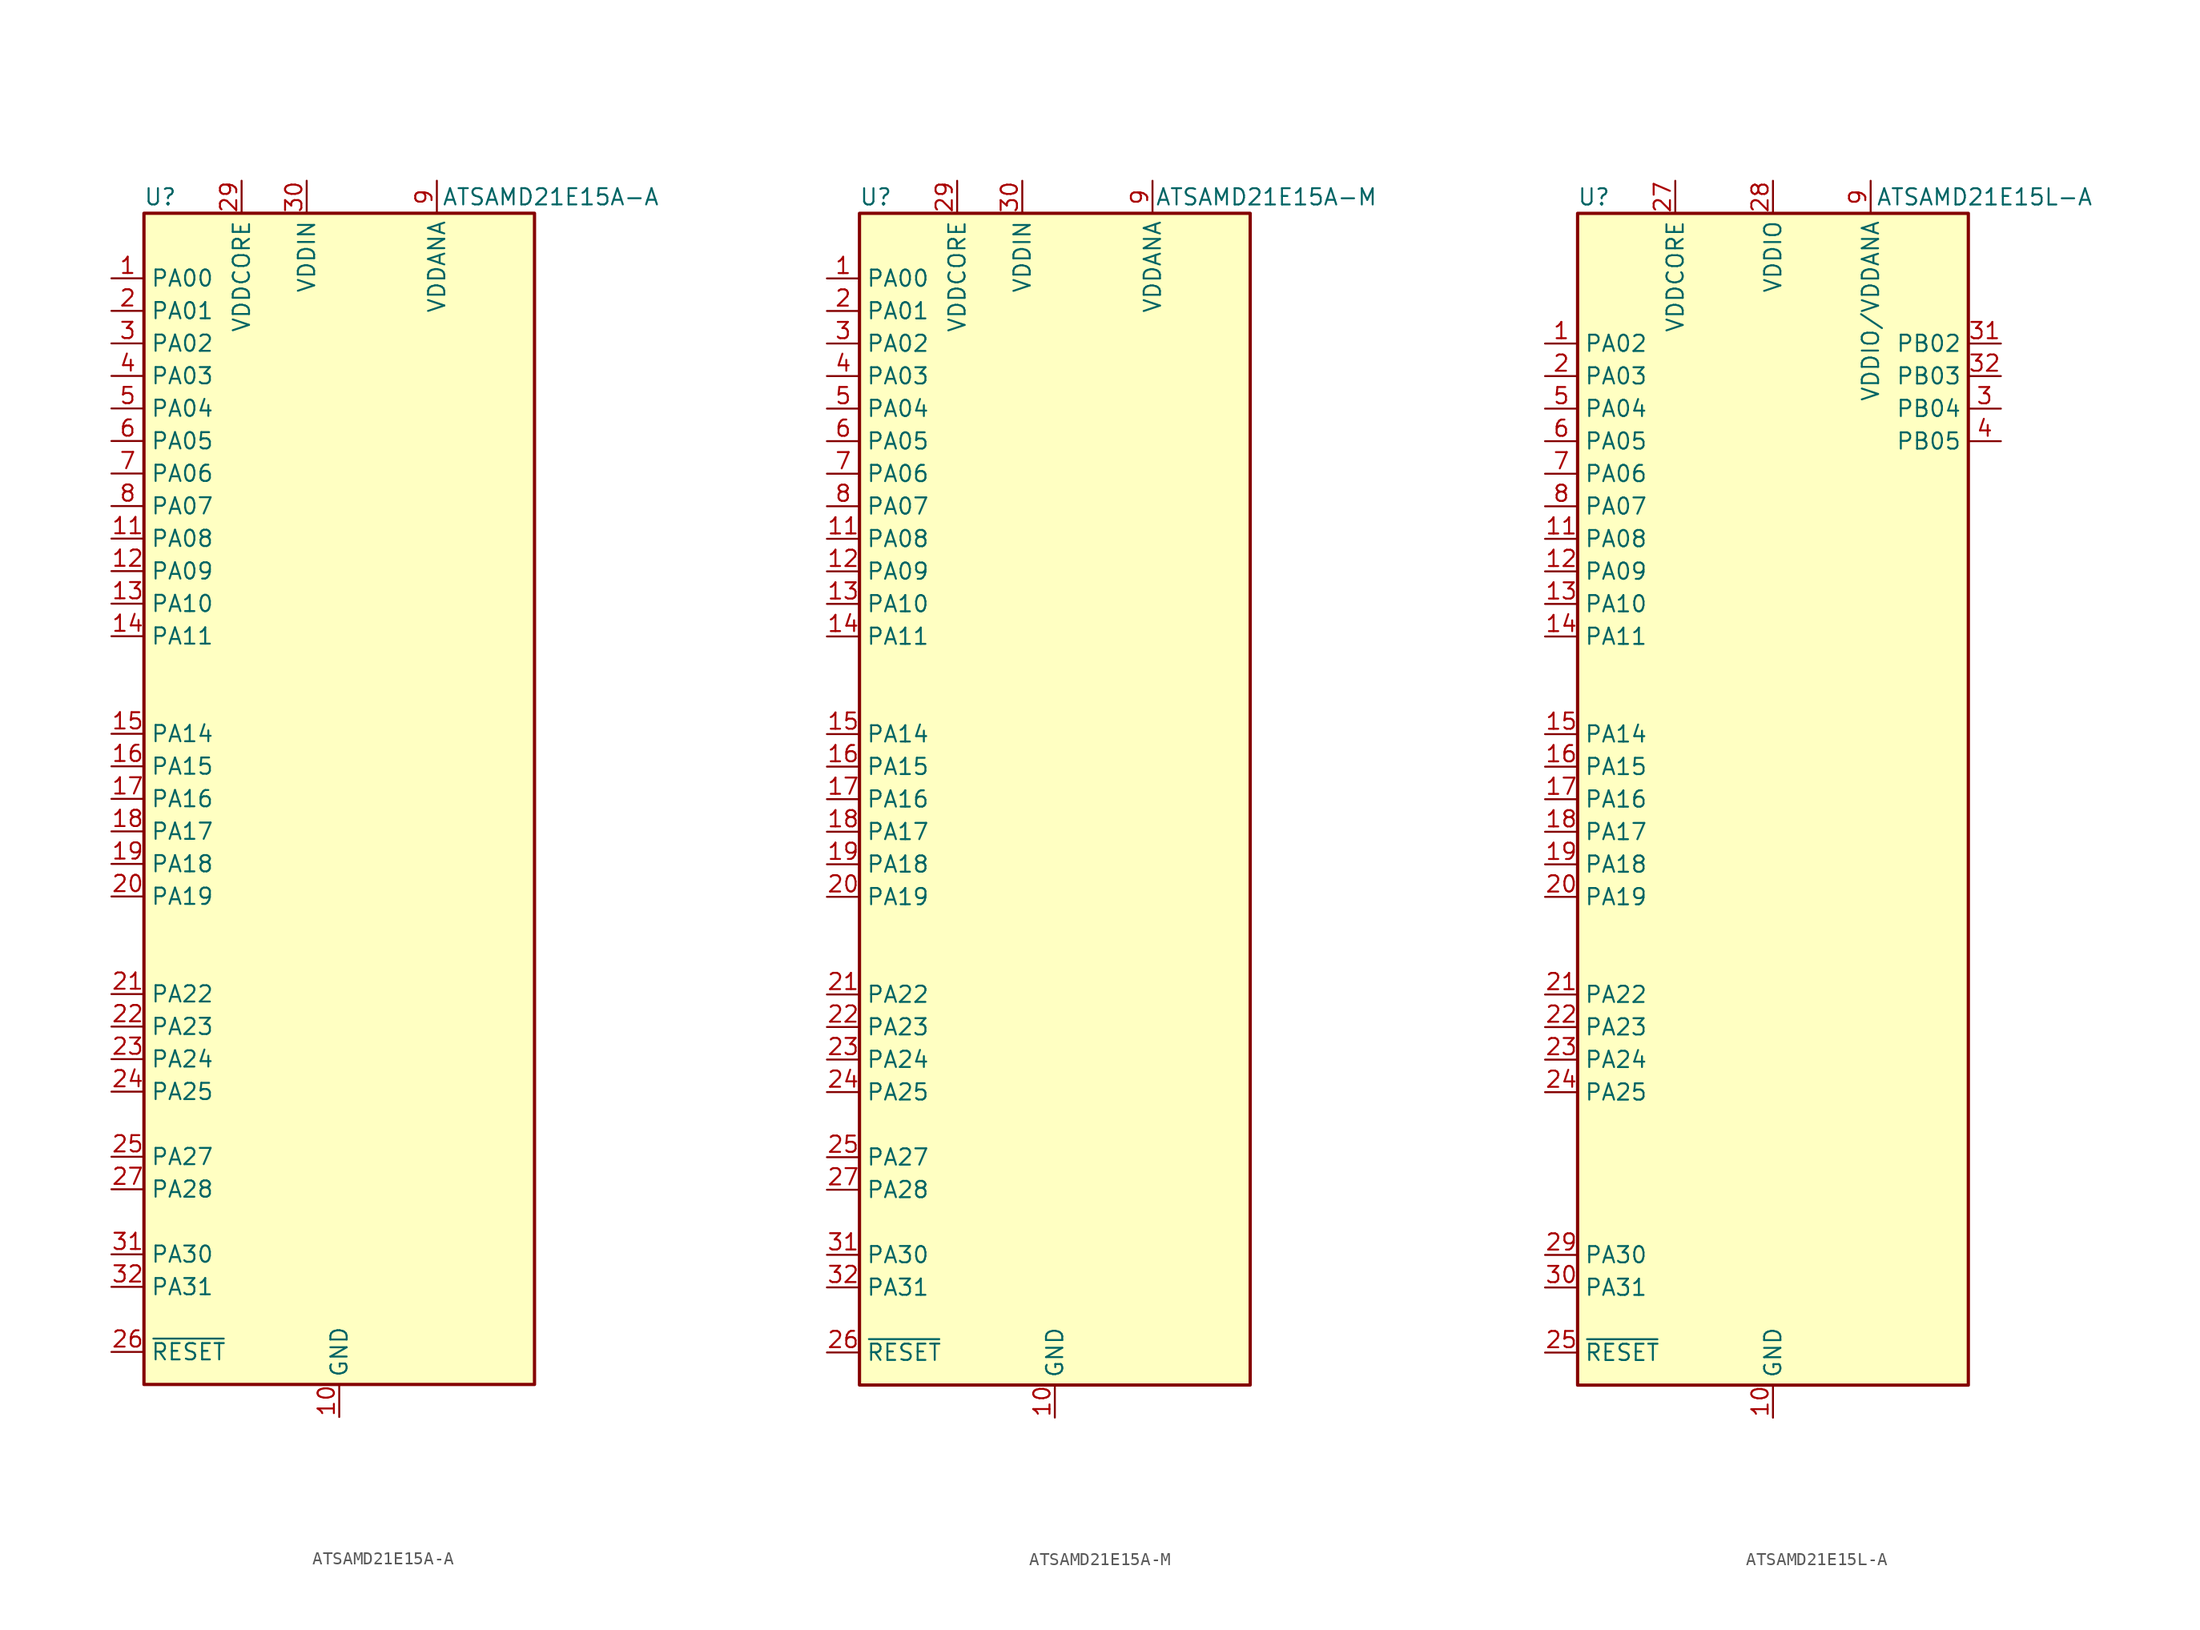
<source format=kicad_sym>
(kicad_symbol_lib
  (version 20211014)
  (generator kicad_symbol_editor)
  (symbol "ATSAMD21E15A-A"
    (property "Reference" "U"
      (at -13.97 46.99 0)
      (effects (font (size 1.27 1.27))))
    (property "Value" "ATSAMD21E15A-A"
      (at 16.51 46.99 0)
      (effects (font (size 1.27 1.27))))
    (symbol "ATSAMD21E15A-A_1_1"
      (rectangle (start -15.24 45.72) (end 15.24 -45.72) (stroke (width 0.254) (type default) (color 0 0 0 0)) (fill (type background)))
      (pin bidirectional line (at -17.78 40.64 0) (length 2.54) (name "PA00" (effects (font (size 1.27 1.27)))) (number "1" (effects (font (size 1.27 1.27)))))
      (pin power_in line (at 0 -48.26 90) (length 2.54) (name "GND" (effects (font (size 1.27 1.27)))) (number "10" (effects (font (size 1.27 1.27)))))
      (pin bidirectional line (at -17.78 20.32 0) (length 2.54) (name "PA08" (effects (font (size 1.27 1.27)))) (number "11" (effects (font (size 1.27 1.27)))))
      (pin bidirectional line (at -17.78 17.78 0) (length 2.54) (name "PA09" (effects (font (size 1.27 1.27)))) (number "12" (effects (font (size 1.27 1.27)))))
      (pin bidirectional line (at -17.78 15.24 0) (length 2.54) (name "PA10" (effects (font (size 1.27 1.27)))) (number "13" (effects (font (size 1.27 1.27)))))
      (pin bidirectional line (at -17.78 12.7 0) (length 2.54) (name "PA11" (effects (font (size 1.27 1.27)))) (number "14" (effects (font (size 1.27 1.27)))))
      (pin bidirectional line (at -17.78 5.08 0) (length 2.54) (name "PA14" (effects (font (size 1.27 1.27)))) (number "15" (effects (font (size 1.27 1.27)))))
      (pin bidirectional line (at -17.78 2.54 0) (length 2.54) (name "PA15" (effects (font (size 1.27 1.27)))) (number "16" (effects (font (size 1.27 1.27)))))
      (pin bidirectional line (at -17.78 0 0) (length 2.54) (name "PA16" (effects (font (size 1.27 1.27)))) (number "17" (effects (font (size 1.27 1.27)))))
      (pin bidirectional line (at -17.78 -2.54 0) (length 2.54) (name "PA17" (effects (font (size 1.27 1.27)))) (number "18" (effects (font (size 1.27 1.27)))))
      (pin bidirectional line (at -17.78 -5.08 0) (length 2.54) (name "PA18" (effects (font (size 1.27 1.27)))) (number "19" (effects (font (size 1.27 1.27)))))
      (pin bidirectional line (at -17.78 38.1 0) (length 2.54) (name "PA01" (effects (font (size 1.27 1.27)))) (number "2" (effects (font (size 1.27 1.27)))))
      (pin bidirectional line (at -17.78 -7.62 0) (length 2.54) (name "PA19" (effects (font (size 1.27 1.27)))) (number "20" (effects (font (size 1.27 1.27)))))
      (pin bidirectional line (at -17.78 -15.24 0) (length 2.54) (name "PA22" (effects (font (size 1.27 1.27)))) (number "21" (effects (font (size 1.27 1.27)))))
      (pin bidirectional line (at -17.78 -17.78 0) (length 2.54) (name "PA23" (effects (font (size 1.27 1.27)))) (number "22" (effects (font (size 1.27 1.27)))))
      (pin bidirectional line (at -17.78 -20.32 0) (length 2.54) (name "PA24" (effects (font (size 1.27 1.27)))) (number "23" (effects (font (size 1.27 1.27)))))
      (pin bidirectional line (at -17.78 -22.86 0) (length 2.54) (name "PA25" (effects (font (size 1.27 1.27)))) (number "24" (effects (font (size 1.27 1.27)))))
      (pin bidirectional line (at -17.78 -27.94 0) (length 2.54) (name "PA27" (effects (font (size 1.27 1.27)))) (number "25" (effects (font (size 1.27 1.27)))))
      (pin input line (at -17.78 -43.18 0) (length 2.54) (name "~{RESET}" (effects (font (size 1.27 1.27)))) (number "26" (effects (font (size 1.27 1.27)))))
      (pin bidirectional line (at -17.78 -30.48 0) (length 2.54) (name "PA28" (effects (font (size 1.27 1.27)))) (number "27" (effects (font (size 1.27 1.27)))))
      (pin passive line (at 0 -48.26 90) (length 2.54) hide (name "GND" (effects (font (size 1.27 1.27)))) (number "28" (effects (font (size 1.27 1.27)))))
      (pin power_out line (at -7.62 48.26 270) (length 2.54) (name "VDDCORE" (effects (font (size 1.27 1.27)))) (number "29" (effects (font (size 1.27 1.27)))))
      (pin bidirectional line (at -17.78 35.56 0) (length 2.54) (name "PA02" (effects (font (size 1.27 1.27)))) (number "3" (effects (font (size 1.27 1.27)))))
      (pin power_in line (at -2.54 48.26 270) (length 2.54) (name "VDDIN" (effects (font (size 1.27 1.27)))) (number "30" (effects (font (size 1.27 1.27)))))
      (pin bidirectional line (at -17.78 -35.56 0) (length 2.54) (name "PA30" (effects (font (size 1.27 1.27)))) (number "31" (effects (font (size 1.27 1.27)))))
      (pin bidirectional line (at -17.78 -38.1 0) (length 2.54) (name "PA31" (effects (font (size 1.27 1.27)))) (number "32" (effects (font (size 1.27 1.27)))))
      (pin bidirectional line (at -17.78 33.02 0) (length 2.54) (name "PA03" (effects (font (size 1.27 1.27)))) (number "4" (effects (font (size 1.27 1.27)))))
      (pin bidirectional line (at -17.78 30.48 0) (length 2.54) (name "PA04" (effects (font (size 1.27 1.27)))) (number "5" (effects (font (size 1.27 1.27)))))
      (pin bidirectional line (at -17.78 27.94 0) (length 2.54) (name "PA05" (effects (font (size 1.27 1.27)))) (number "6" (effects (font (size 1.27 1.27)))))
      (pin bidirectional line (at -17.78 25.4 0) (length 2.54) (name "PA06" (effects (font (size 1.27 1.27)))) (number "7" (effects (font (size 1.27 1.27)))))
      (pin bidirectional line (at -17.78 22.86 0) (length 2.54) (name "PA07" (effects (font (size 1.27 1.27)))) (number "8" (effects (font (size 1.27 1.27)))))
      (pin power_in line (at 7.62 48.26 270) (length 2.54) (name "VDDANA" (effects (font (size 1.27 1.27)))) (number "9" (effects (font (size 1.27 1.27)))))))
  (symbol "ATSAMD21E15A-M"
    (property "Reference" "U"
      (at -13.97 46.99 0)
      (effects (font (size 1.27 1.27))))
    (property "Value" "ATSAMD21E15A-M"
      (at 16.51 46.99 0)
      (effects (font (size 1.27 1.27))))
    (symbol "ATSAMD21E15A-M_1_1"
      (rectangle (start -15.24 45.72) (end 15.24 -45.72) (stroke (width 0.254) (type default) (color 0 0 0 0)) (fill (type background)))
      (pin bidirectional line (at -17.78 40.64 0) (length 2.54) (name "PA00" (effects (font (size 1.27 1.27)))) (number "1" (effects (font (size 1.27 1.27)))))
      (pin power_in line (at 0 -48.26 90) (length 2.54) (name "GND" (effects (font (size 1.27 1.27)))) (number "10" (effects (font (size 1.27 1.27)))))
      (pin bidirectional line (at -17.78 20.32 0) (length 2.54) (name "PA08" (effects (font (size 1.27 1.27)))) (number "11" (effects (font (size 1.27 1.27)))))
      (pin bidirectional line (at -17.78 17.78 0) (length 2.54) (name "PA09" (effects (font (size 1.27 1.27)))) (number "12" (effects (font (size 1.27 1.27)))))
      (pin bidirectional line (at -17.78 15.24 0) (length 2.54) (name "PA10" (effects (font (size 1.27 1.27)))) (number "13" (effects (font (size 1.27 1.27)))))
      (pin bidirectional line (at -17.78 12.7 0) (length 2.54) (name "PA11" (effects (font (size 1.27 1.27)))) (number "14" (effects (font (size 1.27 1.27)))))
      (pin bidirectional line (at -17.78 5.08 0) (length 2.54) (name "PA14" (effects (font (size 1.27 1.27)))) (number "15" (effects (font (size 1.27 1.27)))))
      (pin bidirectional line (at -17.78 2.54 0) (length 2.54) (name "PA15" (effects (font (size 1.27 1.27)))) (number "16" (effects (font (size 1.27 1.27)))))
      (pin bidirectional line (at -17.78 0 0) (length 2.54) (name "PA16" (effects (font (size 1.27 1.27)))) (number "17" (effects (font (size 1.27 1.27)))))
      (pin bidirectional line (at -17.78 -2.54 0) (length 2.54) (name "PA17" (effects (font (size 1.27 1.27)))) (number "18" (effects (font (size 1.27 1.27)))))
      (pin bidirectional line (at -17.78 -5.08 0) (length 2.54) (name "PA18" (effects (font (size 1.27 1.27)))) (number "19" (effects (font (size 1.27 1.27)))))
      (pin bidirectional line (at -17.78 38.1 0) (length 2.54) (name "PA01" (effects (font (size 1.27 1.27)))) (number "2" (effects (font (size 1.27 1.27)))))
      (pin bidirectional line (at -17.78 -7.62 0) (length 2.54) (name "PA19" (effects (font (size 1.27 1.27)))) (number "20" (effects (font (size 1.27 1.27)))))
      (pin bidirectional line (at -17.78 -15.24 0) (length 2.54) (name "PA22" (effects (font (size 1.27 1.27)))) (number "21" (effects (font (size 1.27 1.27)))))
      (pin bidirectional line (at -17.78 -17.78 0) (length 2.54) (name "PA23" (effects (font (size 1.27 1.27)))) (number "22" (effects (font (size 1.27 1.27)))))
      (pin bidirectional line (at -17.78 -20.32 0) (length 2.54) (name "PA24" (effects (font (size 1.27 1.27)))) (number "23" (effects (font (size 1.27 1.27)))))
      (pin bidirectional line (at -17.78 -22.86 0) (length 2.54) (name "PA25" (effects (font (size 1.27 1.27)))) (number "24" (effects (font (size 1.27 1.27)))))
      (pin bidirectional line (at -17.78 -27.94 0) (length 2.54) (name "PA27" (effects (font (size 1.27 1.27)))) (number "25" (effects (font (size 1.27 1.27)))))
      (pin input line (at -17.78 -43.18 0) (length 2.54) (name "~{RESET}" (effects (font (size 1.27 1.27)))) (number "26" (effects (font (size 1.27 1.27)))))
      (pin bidirectional line (at -17.78 -30.48 0) (length 2.54) (name "PA28" (effects (font (size 1.27 1.27)))) (number "27" (effects (font (size 1.27 1.27)))))
      (pin passive line (at 0 -48.26 90) (length 2.54) hide (name "GND" (effects (font (size 1.27 1.27)))) (number "28" (effects (font (size 1.27 1.27)))))
      (pin power_out line (at -7.62 48.26 270) (length 2.54) (name "VDDCORE" (effects (font (size 1.27 1.27)))) (number "29" (effects (font (size 1.27 1.27)))))
      (pin bidirectional line (at -17.78 35.56 0) (length 2.54) (name "PA02" (effects (font (size 1.27 1.27)))) (number "3" (effects (font (size 1.27 1.27)))))
      (pin power_in line (at -2.54 48.26 270) (length 2.54) (name "VDDIN" (effects (font (size 1.27 1.27)))) (number "30" (effects (font (size 1.27 1.27)))))
      (pin bidirectional line (at -17.78 -35.56 0) (length 2.54) (name "PA30" (effects (font (size 1.27 1.27)))) (number "31" (effects (font (size 1.27 1.27)))))
      (pin bidirectional line (at -17.78 -38.1 0) (length 2.54) (name "PA31" (effects (font (size 1.27 1.27)))) (number "32" (effects (font (size 1.27 1.27)))))
      (pin no_connect line (at 15.24 -43.18 180) (length 2.54) hide (name "EP" (effects (font (size 1.27 1.27)))) (number "33" (effects (font (size 1.27 1.27)))))
      (pin bidirectional line (at -17.78 33.02 0) (length 2.54) (name "PA03" (effects (font (size 1.27 1.27)))) (number "4" (effects (font (size 1.27 1.27)))))
      (pin bidirectional line (at -17.78 30.48 0) (length 2.54) (name "PA04" (effects (font (size 1.27 1.27)))) (number "5" (effects (font (size 1.27 1.27)))))
      (pin bidirectional line (at -17.78 27.94 0) (length 2.54) (name "PA05" (effects (font (size 1.27 1.27)))) (number "6" (effects (font (size 1.27 1.27)))))
      (pin bidirectional line (at -17.78 25.4 0) (length 2.54) (name "PA06" (effects (font (size 1.27 1.27)))) (number "7" (effects (font (size 1.27 1.27)))))
      (pin bidirectional line (at -17.78 22.86 0) (length 2.54) (name "PA07" (effects (font (size 1.27 1.27)))) (number "8" (effects (font (size 1.27 1.27)))))
      (pin power_in line (at 7.62 48.26 270) (length 2.54) (name "VDDANA" (effects (font (size 1.27 1.27)))) (number "9" (effects (font (size 1.27 1.27)))))))
  (symbol "ATSAMD21E15L-A"
    (property "Reference" "U"
      (at -13.97 46.99 0)
      (effects (font (size 1.27 1.27))))
    (property "Value" "ATSAMD21E15L-A"
      (at 16.51 46.99 0)
      (effects (font (size 1.27 1.27))))
    (symbol "ATSAMD21E15L-A_1_1"
      (rectangle (start -15.24 45.72) (end 15.24 -45.72) (stroke (width 0.254) (type default) (color 0 0 0 0)) (fill (type background)))
      (pin bidirectional line (at -17.78 35.56 0) (length 2.54) (name "PA02" (effects (font (size 1.27 1.27)))) (number "1" (effects (font (size 1.27 1.27)))))
      (pin power_in line (at 0 -48.26 90) (length 2.54) (name "GND" (effects (font (size 1.27 1.27)))) (number "10" (effects (font (size 1.27 1.27)))))
      (pin bidirectional line (at -17.78 20.32 0) (length 2.54) (name "PA08" (effects (font (size 1.27 1.27)))) (number "11" (effects (font (size 1.27 1.27)))))
      (pin bidirectional line (at -17.78 17.78 0) (length 2.54) (name "PA09" (effects (font (size 1.27 1.27)))) (number "12" (effects (font (size 1.27 1.27)))))
      (pin bidirectional line (at -17.78 15.24 0) (length 2.54) (name "PA10" (effects (font (size 1.27 1.27)))) (number "13" (effects (font (size 1.27 1.27)))))
      (pin bidirectional line (at -17.78 12.7 0) (length 2.54) (name "PA11" (effects (font (size 1.27 1.27)))) (number "14" (effects (font (size 1.27 1.27)))))
      (pin bidirectional line (at -17.78 5.08 0) (length 2.54) (name "PA14" (effects (font (size 1.27 1.27)))) (number "15" (effects (font (size 1.27 1.27)))))
      (pin bidirectional line (at -17.78 2.54 0) (length 2.54) (name "PA15" (effects (font (size 1.27 1.27)))) (number "16" (effects (font (size 1.27 1.27)))))
      (pin bidirectional line (at -17.78 0 0) (length 2.54) (name "PA16" (effects (font (size 1.27 1.27)))) (number "17" (effects (font (size 1.27 1.27)))))
      (pin bidirectional line (at -17.78 -2.54 0) (length 2.54) (name "PA17" (effects (font (size 1.27 1.27)))) (number "18" (effects (font (size 1.27 1.27)))))
      (pin bidirectional line (at -17.78 -5.08 0) (length 2.54) (name "PA18" (effects (font (size 1.27 1.27)))) (number "19" (effects (font (size 1.27 1.27)))))
      (pin bidirectional line (at -17.78 33.02 0) (length 2.54) (name "PA03" (effects (font (size 1.27 1.27)))) (number "2" (effects (font (size 1.27 1.27)))))
      (pin bidirectional line (at -17.78 -7.62 0) (length 2.54) (name "PA19" (effects (font (size 1.27 1.27)))) (number "20" (effects (font (size 1.27 1.27)))))
      (pin bidirectional line (at -17.78 -15.24 0) (length 2.54) (name "PA22" (effects (font (size 1.27 1.27)))) (number "21" (effects (font (size 1.27 1.27)))))
      (pin bidirectional line (at -17.78 -17.78 0) (length 2.54) (name "PA23" (effects (font (size 1.27 1.27)))) (number "22" (effects (font (size 1.27 1.27)))))
      (pin bidirectional line (at -17.78 -20.32 0) (length 2.54) (name "PA24" (effects (font (size 1.27 1.27)))) (number "23" (effects (font (size 1.27 1.27)))))
      (pin bidirectional line (at -17.78 -22.86 0) (length 2.54) (name "PA25" (effects (font (size 1.27 1.27)))) (number "24" (effects (font (size 1.27 1.27)))))
      (pin input line (at -17.78 -43.18 0) (length 2.54) (name "~{RESET}" (effects (font (size 1.27 1.27)))) (number "25" (effects (font (size 1.27 1.27)))))
      (pin passive line (at 0 -48.26 90) (length 2.54) hide (name "GND" (effects (font (size 1.27 1.27)))) (number "26" (effects (font (size 1.27 1.27)))))
      (pin power_out line (at -7.62 48.26 270) (length 2.54) (name "VDDCORE" (effects (font (size 1.27 1.27)))) (number "27" (effects (font (size 1.27 1.27)))))
      (pin power_in line (at 0 48.26 270) (length 2.54) (name "VDDIO" (effects (font (size 1.27 1.27)))) (number "28" (effects (font (size 1.27 1.27)))))
      (pin bidirectional line (at -17.78 -35.56 0) (length 2.54) (name "PA30" (effects (font (size 1.27 1.27)))) (number "29" (effects (font (size 1.27 1.27)))))
      (pin bidirectional line (at 17.78 30.48 180) (length 2.54) (name "PB04" (effects (font (size 1.27 1.27)))) (number "3" (effects (font (size 1.27 1.27)))))
      (pin bidirectional line (at -17.78 -38.1 0) (length 2.54) (name "PA31" (effects (font (size 1.27 1.27)))) (number "30" (effects (font (size 1.27 1.27)))))
      (pin bidirectional line (at 17.78 35.56 180) (length 2.54) (name "PB02" (effects (font (size 1.27 1.27)))) (number "31" (effects (font (size 1.27 1.27)))))
      (pin bidirectional line (at 17.78 33.02 180) (length 2.54) (name "PB03" (effects (font (size 1.27 1.27)))) (number "32" (effects (font (size 1.27 1.27)))))
      (pin bidirectional line (at 17.78 27.94 180) (length 2.54) (name "PB05" (effects (font (size 1.27 1.27)))) (number "4" (effects (font (size 1.27 1.27)))))
      (pin bidirectional line (at -17.78 30.48 0) (length 2.54) (name "PA04" (effects (font (size 1.27 1.27)))) (number "5" (effects (font (size 1.27 1.27)))))
      (pin bidirectional line (at -17.78 27.94 0) (length 2.54) (name "PA05" (effects (font (size 1.27 1.27)))) (number "6" (effects (font (size 1.27 1.27)))))
      (pin bidirectional line (at -17.78 25.4 0) (length 2.54) (name "PA06" (effects (font (size 1.27 1.27)))) (number "7" (effects (font (size 1.27 1.27)))))
      (pin bidirectional line (at -17.78 22.86 0) (length 2.54) (name "PA07" (effects (font (size 1.27 1.27)))) (number "8" (effects (font (size 1.27 1.27)))))
      (pin power_in line (at 7.62 48.26 270) (length 2.54) (name "VDDIO/VDDANA" (effects (font (size 1.27 1.27)))) (number "9" (effects (font (size 1.27 1.27))))))))
</source>
